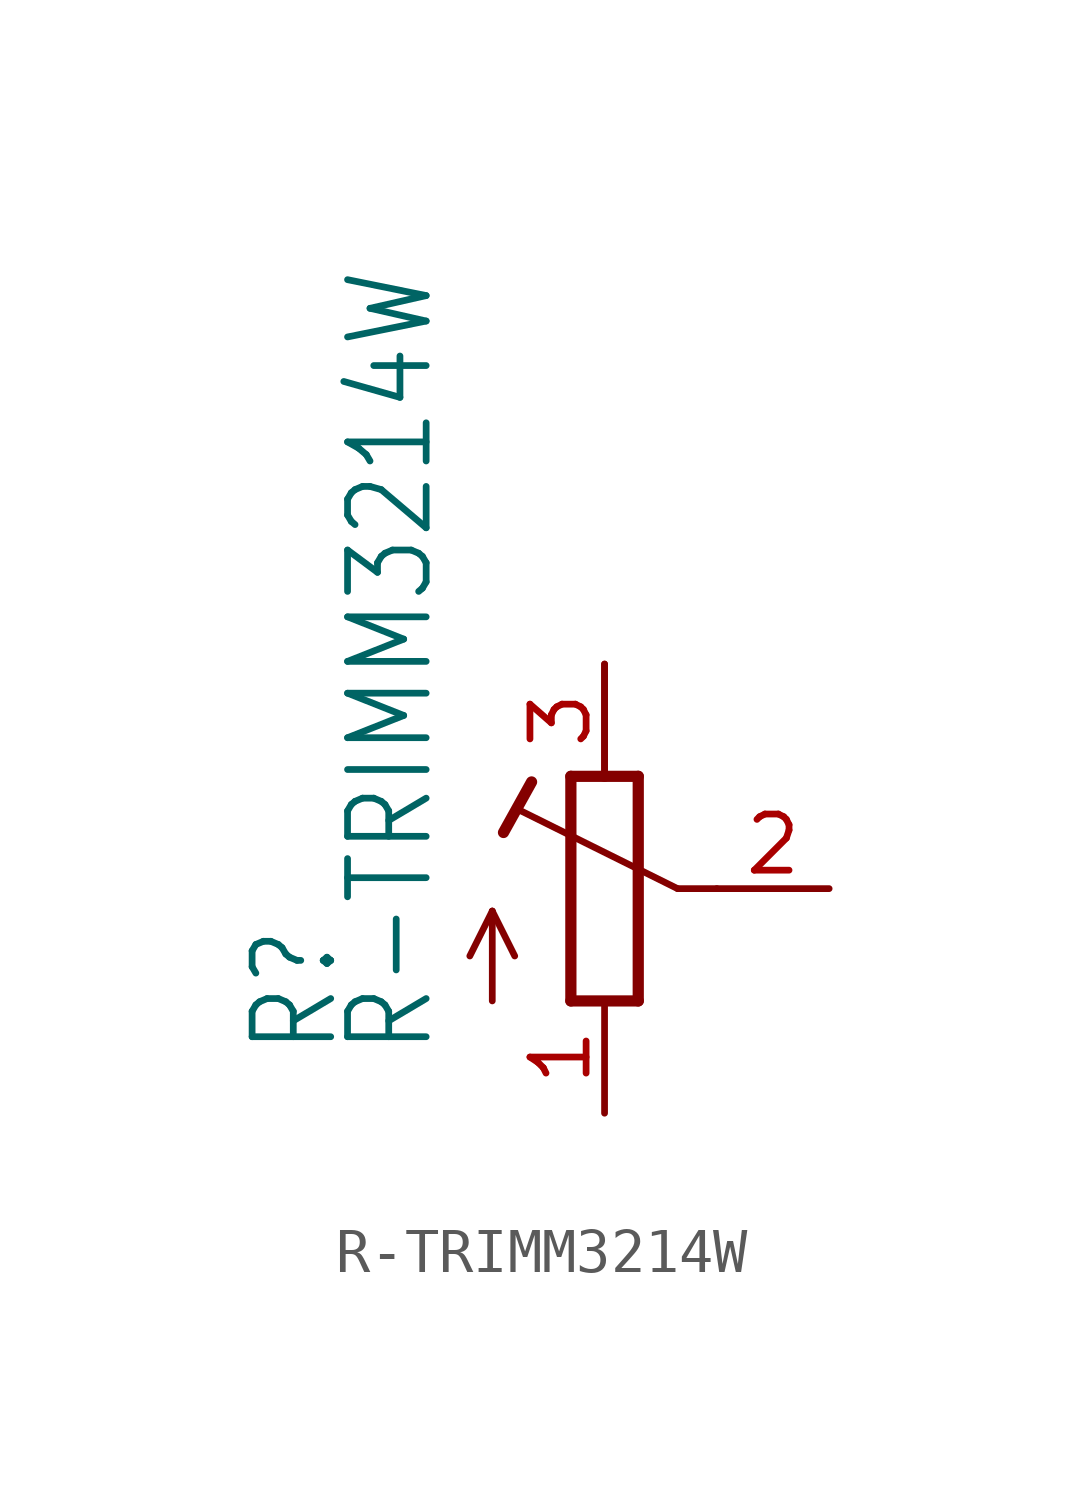
<source format=kicad_sym>
(kicad_symbol_lib
  (version 20220331)
  (generator kicad_symbol_editor)
  (symbol "R-TRIMM3214W"
    (property "Reference" "R"
      (at -5.969 -3.81 90)
      (effects (font (size 1.778 1.511)) (justify left bottom)))
    (property "Value" "R-TRIMM3214W"
      (at -3.81 -3.81 90)
      (effects (font (size 1.778 1.511)) (justify left bottom)))
    (property "ki_locked" ""
      (at 0 0 0)
      (effects (font (size 1.27 1.27))))
    (symbol "R-TRIMM3214W_1_0"
      (polyline (pts (xy -2.54 -2.54) (xy -2.54 -0.508)) (stroke (width 0.152) (type solid)) (fill (type none)))
      (polyline (pts (xy -2.54 -0.508) (xy -3.048 -1.524)) (stroke (width 0.152) (type solid)) (fill (type none)))
      (polyline (pts (xy -2.54 -0.508) (xy -2.032 -1.524)) (stroke (width 0.152) (type solid)) (fill (type none)))
      (polyline (pts (xy -2.286 1.27) (xy -1.651 2.413)) (stroke (width 0.254) (type solid)) (fill (type none)))
      (polyline (pts (xy -0.762 -2.54) (xy 0.762 -2.54)) (stroke (width 0.254) (type solid)) (fill (type none)))
      (polyline (pts (xy -0.762 2.54) (xy -0.762 -2.54)) (stroke (width 0.254) (type solid)) (fill (type none)))
      (polyline (pts (xy 0 2.54) (xy -0.762 2.54)) (stroke (width 0.254) (type solid)) (fill (type none)))
      (polyline (pts (xy 0 2.54) (xy 0 5.08)) (stroke (width 0.152) (type solid)) (fill (type none)))
      (polyline (pts (xy 0.762 -2.54) (xy 0.762 2.54)) (stroke (width 0.254) (type solid)) (fill (type none)))
      (polyline (pts (xy 0.762 2.54) (xy 0 2.54)) (stroke (width 0.254) (type solid)) (fill (type none)))
      (polyline (pts (xy 1.651 0) (xy -1.88 1.753)) (stroke (width 0.152) (type solid)) (fill (type none)))
      (polyline (pts (xy 2.54 0) (xy 1.651 0)) (stroke (width 0.152) (type solid)) (fill (type none)))
      (pin passive line (at 0 -5.08 90) (length 2.54) (name "E" (effects (font (size 0 0)))) (number "1" (effects (font (size 1.27 1.27)))))
      (pin passive line (at 5.08 0 180) (length 2.54) (name "S" (effects (font (size 0 0)))) (number "2" (effects (font (size 1.27 1.27)))))
      (pin passive line (at 0 5.08 270) (length 2.54) (name "A" (effects (font (size 0 0)))) (number "3" (effects (font (size 1.27 1.27))))))))
</source>
